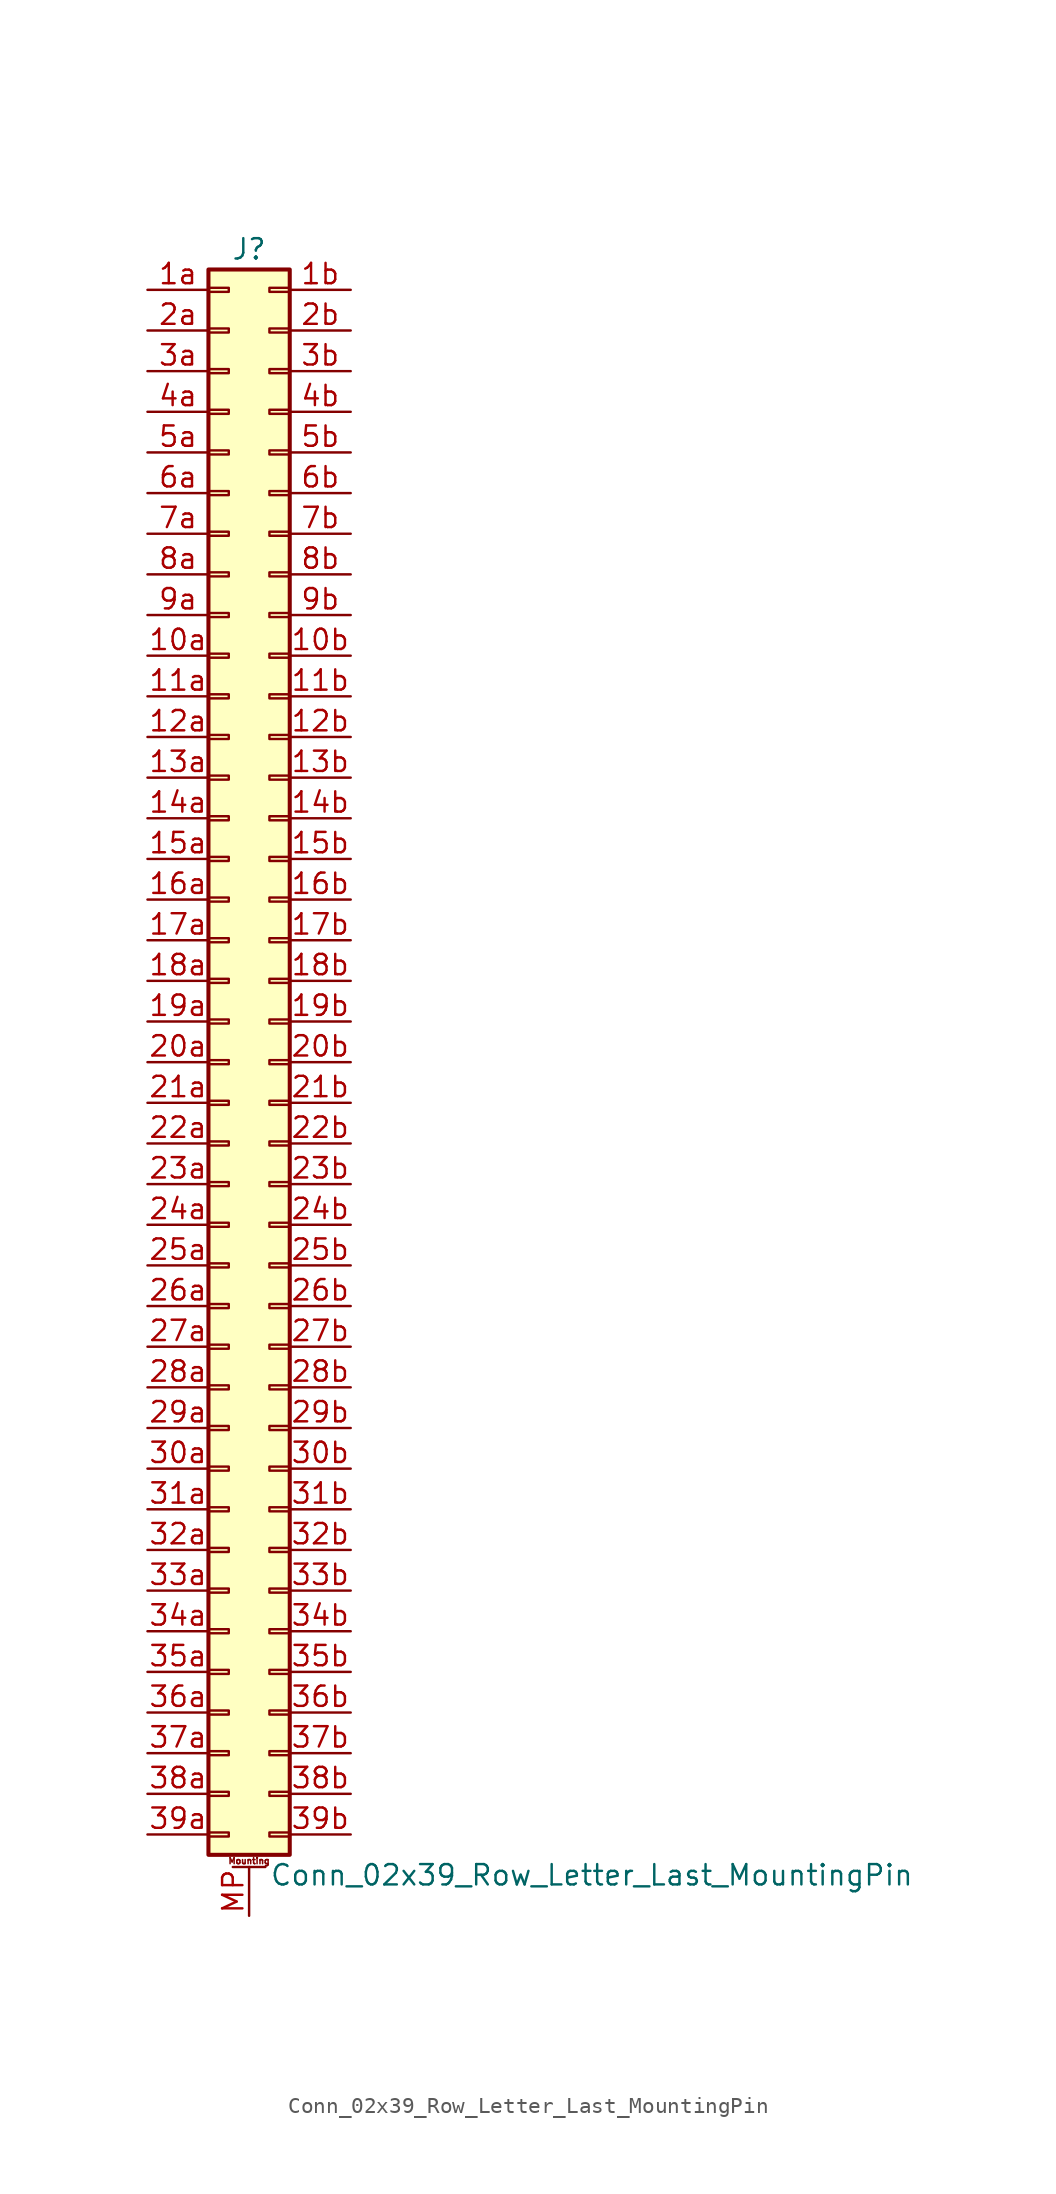
<source format=kicad_sym>
(kicad_symbol_lib
  (version 20220914)
  (generator kicad_symbol_editor)
  (symbol "Conn_02x39_Row_Letter_Last_MountingPin"
    (pin_names
      (offset 1.016) hide)
    (property "Reference" "J"
      (at 1.27 50.8 0)
      (effects (font (size 1.27 1.27))))
    (property "Value" "Conn_02x39_Row_Letter_Last_MountingPin"
      (at 2.54 -50.8 0)
      (effects (font (size 1.27 1.27)) (justify left)))
    (symbol "Conn_02x39_Row_Letter_Last_MountingPin_1_1"
      (rectangle (start -1.27 -48.133) (end 0 -48.387) (stroke (width 0.152) (type default)) (fill (type none)))
      (rectangle (start -1.27 -45.593) (end 0 -45.847) (stroke (width 0.152) (type default)) (fill (type none)))
      (rectangle (start -1.27 -43.053) (end 0 -43.307) (stroke (width 0.152) (type default)) (fill (type none)))
      (rectangle (start -1.27 -40.513) (end 0 -40.767) (stroke (width 0.152) (type default)) (fill (type none)))
      (rectangle (start -1.27 -37.973) (end 0 -38.227) (stroke (width 0.152) (type default)) (fill (type none)))
      (rectangle (start -1.27 -35.433) (end 0 -35.687) (stroke (width 0.152) (type default)) (fill (type none)))
      (rectangle (start -1.27 -32.893) (end 0 -33.147) (stroke (width 0.152) (type default)) (fill (type none)))
      (rectangle (start -1.27 -30.353) (end 0 -30.607) (stroke (width 0.152) (type default)) (fill (type none)))
      (rectangle (start -1.27 -27.813) (end 0 -28.067) (stroke (width 0.152) (type default)) (fill (type none)))
      (rectangle (start -1.27 -25.273) (end 0 -25.527) (stroke (width 0.152) (type default)) (fill (type none)))
      (rectangle (start -1.27 -22.733) (end 0 -22.987) (stroke (width 0.152) (type default)) (fill (type none)))
      (rectangle (start -1.27 -20.193) (end 0 -20.447) (stroke (width 0.152) (type default)) (fill (type none)))
      (rectangle (start -1.27 -17.653) (end 0 -17.907) (stroke (width 0.152) (type default)) (fill (type none)))
      (rectangle (start -1.27 -15.113) (end 0 -15.367) (stroke (width 0.152) (type default)) (fill (type none)))
      (rectangle (start -1.27 -12.573) (end 0 -12.827) (stroke (width 0.152) (type default)) (fill (type none)))
      (rectangle (start -1.27 -10.033) (end 0 -10.287) (stroke (width 0.152) (type default)) (fill (type none)))
      (rectangle (start -1.27 -7.493) (end 0 -7.747) (stroke (width 0.152) (type default)) (fill (type none)))
      (rectangle (start -1.27 -4.953) (end 0 -5.207) (stroke (width 0.152) (type default)) (fill (type none)))
      (rectangle (start -1.27 -2.413) (end 0 -2.667) (stroke (width 0.152) (type default)) (fill (type none)))
      (rectangle (start -1.27 0.127) (end 0 -0.127) (stroke (width 0.152) (type default)) (fill (type none)))
      (rectangle (start -1.27 2.667) (end 0 2.413) (stroke (width 0.152) (type default)) (fill (type none)))
      (rectangle (start -1.27 5.207) (end 0 4.953) (stroke (width 0.152) (type default)) (fill (type none)))
      (rectangle (start -1.27 7.747) (end 0 7.493) (stroke (width 0.152) (type default)) (fill (type none)))
      (rectangle (start -1.27 10.287) (end 0 10.033) (stroke (width 0.152) (type default)) (fill (type none)))
      (rectangle (start -1.27 12.827) (end 0 12.573) (stroke (width 0.152) (type default)) (fill (type none)))
      (rectangle (start -1.27 15.367) (end 0 15.113) (stroke (width 0.152) (type default)) (fill (type none)))
      (rectangle (start -1.27 17.907) (end 0 17.653) (stroke (width 0.152) (type default)) (fill (type none)))
      (rectangle (start -1.27 20.447) (end 0 20.193) (stroke (width 0.152) (type default)) (fill (type none)))
      (rectangle (start -1.27 22.987) (end 0 22.733) (stroke (width 0.152) (type default)) (fill (type none)))
      (rectangle (start -1.27 25.527) (end 0 25.273) (stroke (width 0.152) (type default)) (fill (type none)))
      (rectangle (start -1.27 28.067) (end 0 27.813) (stroke (width 0.152) (type default)) (fill (type none)))
      (rectangle (start -1.27 30.607) (end 0 30.353) (stroke (width 0.152) (type default)) (fill (type none)))
      (rectangle (start -1.27 33.147) (end 0 32.893) (stroke (width 0.152) (type default)) (fill (type none)))
      (rectangle (start -1.27 35.687) (end 0 35.433) (stroke (width 0.152) (type default)) (fill (type none)))
      (rectangle (start -1.27 38.227) (end 0 37.973) (stroke (width 0.152) (type default)) (fill (type none)))
      (rectangle (start -1.27 40.767) (end 0 40.513) (stroke (width 0.152) (type default)) (fill (type none)))
      (rectangle (start -1.27 43.307) (end 0 43.053) (stroke (width 0.152) (type default)) (fill (type none)))
      (rectangle (start -1.27 45.847) (end 0 45.593) (stroke (width 0.152) (type default)) (fill (type none)))
      (rectangle (start -1.27 48.387) (end 0 48.133) (stroke (width 0.152) (type default)) (fill (type none)))
      (rectangle (start -1.27 49.53) (end 3.81 -49.53) (stroke (width 0.254) (type default)) (fill (type background)))
      (polyline (pts (xy 0.254 -50.292) (xy 2.286 -50.292)) (stroke (width 0.152) (type default)) (fill (type none)))
      (rectangle (start 3.81 -48.133) (end 2.54 -48.387) (stroke (width 0.152) (type default)) (fill (type none)))
      (rectangle (start 3.81 -45.593) (end 2.54 -45.847) (stroke (width 0.152) (type default)) (fill (type none)))
      (rectangle (start 3.81 -43.053) (end 2.54 -43.307) (stroke (width 0.152) (type default)) (fill (type none)))
      (rectangle (start 3.81 -40.513) (end 2.54 -40.767) (stroke (width 0.152) (type default)) (fill (type none)))
      (rectangle (start 3.81 -37.973) (end 2.54 -38.227) (stroke (width 0.152) (type default)) (fill (type none)))
      (rectangle (start 3.81 -35.433) (end 2.54 -35.687) (stroke (width 0.152) (type default)) (fill (type none)))
      (rectangle (start 3.81 -32.893) (end 2.54 -33.147) (stroke (width 0.152) (type default)) (fill (type none)))
      (rectangle (start 3.81 -30.353) (end 2.54 -30.607) (stroke (width 0.152) (type default)) (fill (type none)))
      (rectangle (start 3.81 -27.813) (end 2.54 -28.067) (stroke (width 0.152) (type default)) (fill (type none)))
      (rectangle (start 3.81 -25.273) (end 2.54 -25.527) (stroke (width 0.152) (type default)) (fill (type none)))
      (rectangle (start 3.81 -22.733) (end 2.54 -22.987) (stroke (width 0.152) (type default)) (fill (type none)))
      (rectangle (start 3.81 -20.193) (end 2.54 -20.447) (stroke (width 0.152) (type default)) (fill (type none)))
      (rectangle (start 3.81 -17.653) (end 2.54 -17.907) (stroke (width 0.152) (type default)) (fill (type none)))
      (rectangle (start 3.81 -15.113) (end 2.54 -15.367) (stroke (width 0.152) (type default)) (fill (type none)))
      (rectangle (start 3.81 -12.573) (end 2.54 -12.827) (stroke (width 0.152) (type default)) (fill (type none)))
      (rectangle (start 3.81 -10.033) (end 2.54 -10.287) (stroke (width 0.152) (type default)) (fill (type none)))
      (rectangle (start 3.81 -7.493) (end 2.54 -7.747) (stroke (width 0.152) (type default)) (fill (type none)))
      (rectangle (start 3.81 -4.953) (end 2.54 -5.207) (stroke (width 0.152) (type default)) (fill (type none)))
      (rectangle (start 3.81 -2.413) (end 2.54 -2.667) (stroke (width 0.152) (type default)) (fill (type none)))
      (rectangle (start 3.81 0.127) (end 2.54 -0.127) (stroke (width 0.152) (type default)) (fill (type none)))
      (rectangle (start 3.81 2.667) (end 2.54 2.413) (stroke (width 0.152) (type default)) (fill (type none)))
      (rectangle (start 3.81 5.207) (end 2.54 4.953) (stroke (width 0.152) (type default)) (fill (type none)))
      (rectangle (start 3.81 7.747) (end 2.54 7.493) (stroke (width 0.152) (type default)) (fill (type none)))
      (rectangle (start 3.81 10.287) (end 2.54 10.033) (stroke (width 0.152) (type default)) (fill (type none)))
      (rectangle (start 3.81 12.827) (end 2.54 12.573) (stroke (width 0.152) (type default)) (fill (type none)))
      (rectangle (start 3.81 15.367) (end 2.54 15.113) (stroke (width 0.152) (type default)) (fill (type none)))
      (rectangle (start 3.81 17.907) (end 2.54 17.653) (stroke (width 0.152) (type default)) (fill (type none)))
      (rectangle (start 3.81 20.447) (end 2.54 20.193) (stroke (width 0.152) (type default)) (fill (type none)))
      (rectangle (start 3.81 22.987) (end 2.54 22.733) (stroke (width 0.152) (type default)) (fill (type none)))
      (rectangle (start 3.81 25.527) (end 2.54 25.273) (stroke (width 0.152) (type default)) (fill (type none)))
      (rectangle (start 3.81 28.067) (end 2.54 27.813) (stroke (width 0.152) (type default)) (fill (type none)))
      (rectangle (start 3.81 30.607) (end 2.54 30.353) (stroke (width 0.152) (type default)) (fill (type none)))
      (rectangle (start 3.81 33.147) (end 2.54 32.893) (stroke (width 0.152) (type default)) (fill (type none)))
      (rectangle (start 3.81 35.687) (end 2.54 35.433) (stroke (width 0.152) (type default)) (fill (type none)))
      (rectangle (start 3.81 38.227) (end 2.54 37.973) (stroke (width 0.152) (type default)) (fill (type none)))
      (rectangle (start 3.81 40.767) (end 2.54 40.513) (stroke (width 0.152) (type default)) (fill (type none)))
      (rectangle (start 3.81 43.307) (end 2.54 43.053) (stroke (width 0.152) (type default)) (fill (type none)))
      (rectangle (start 3.81 45.847) (end 2.54 45.593) (stroke (width 0.152) (type default)) (fill (type none)))
      (rectangle (start 3.81 48.387) (end 2.54 48.133) (stroke (width 0.152) (type default)) (fill (type none)))
      (text "Mounting" (at 1.27 -49.911 0) (effects (font (size 0.381 0.381))))
      (pin passive line (at -5.08 25.4 0) (length 3.81) (name "Pin_10a" (effects (font (size 1.27 1.27)))) (number "10a" (effects (font (size 1.27 1.27)))))
      (pin passive line (at 7.62 25.4 180) (length 3.81) (name "Pin_10b" (effects (font (size 1.27 1.27)))) (number "10b" (effects (font (size 1.27 1.27)))))
      (pin passive line (at -5.08 22.86 0) (length 3.81) (name "Pin_11a" (effects (font (size 1.27 1.27)))) (number "11a" (effects (font (size 1.27 1.27)))))
      (pin passive line (at 7.62 22.86 180) (length 3.81) (name "Pin_11b" (effects (font (size 1.27 1.27)))) (number "11b" (effects (font (size 1.27 1.27)))))
      (pin passive line (at -5.08 20.32 0) (length 3.81) (name "Pin_12a" (effects (font (size 1.27 1.27)))) (number "12a" (effects (font (size 1.27 1.27)))))
      (pin passive line (at 7.62 20.32 180) (length 3.81) (name "Pin_12b" (effects (font (size 1.27 1.27)))) (number "12b" (effects (font (size 1.27 1.27)))))
      (pin passive line (at -5.08 17.78 0) (length 3.81) (name "Pin_13a" (effects (font (size 1.27 1.27)))) (number "13a" (effects (font (size 1.27 1.27)))))
      (pin passive line (at 7.62 17.78 180) (length 3.81) (name "Pin_13b" (effects (font (size 1.27 1.27)))) (number "13b" (effects (font (size 1.27 1.27)))))
      (pin passive line (at -5.08 15.24 0) (length 3.81) (name "Pin_14a" (effects (font (size 1.27 1.27)))) (number "14a" (effects (font (size 1.27 1.27)))))
      (pin passive line (at 7.62 15.24 180) (length 3.81) (name "Pin_14b" (effects (font (size 1.27 1.27)))) (number "14b" (effects (font (size 1.27 1.27)))))
      (pin passive line (at -5.08 12.7 0) (length 3.81) (name "Pin_15a" (effects (font (size 1.27 1.27)))) (number "15a" (effects (font (size 1.27 1.27)))))
      (pin passive line (at 7.62 12.7 180) (length 3.81) (name "Pin_15b" (effects (font (size 1.27 1.27)))) (number "15b" (effects (font (size 1.27 1.27)))))
      (pin passive line (at -5.08 10.16 0) (length 3.81) (name "Pin_16a" (effects (font (size 1.27 1.27)))) (number "16a" (effects (font (size 1.27 1.27)))))
      (pin passive line (at 7.62 10.16 180) (length 3.81) (name "Pin_16b" (effects (font (size 1.27 1.27)))) (number "16b" (effects (font (size 1.27 1.27)))))
      (pin passive line (at -5.08 7.62 0) (length 3.81) (name "Pin_17a" (effects (font (size 1.27 1.27)))) (number "17a" (effects (font (size 1.27 1.27)))))
      (pin passive line (at 7.62 7.62 180) (length 3.81) (name "Pin_17b" (effects (font (size 1.27 1.27)))) (number "17b" (effects (font (size 1.27 1.27)))))
      (pin passive line (at -5.08 5.08 0) (length 3.81) (name "Pin_18a" (effects (font (size 1.27 1.27)))) (number "18a" (effects (font (size 1.27 1.27)))))
      (pin passive line (at 7.62 5.08 180) (length 3.81) (name "Pin_18b" (effects (font (size 1.27 1.27)))) (number "18b" (effects (font (size 1.27 1.27)))))
      (pin passive line (at -5.08 2.54 0) (length 3.81) (name "Pin_19a" (effects (font (size 1.27 1.27)))) (number "19a" (effects (font (size 1.27 1.27)))))
      (pin passive line (at 7.62 2.54 180) (length 3.81) (name "Pin_19b" (effects (font (size 1.27 1.27)))) (number "19b" (effects (font (size 1.27 1.27)))))
      (pin passive line (at -5.08 48.26 0) (length 3.81) (name "Pin_1a" (effects (font (size 1.27 1.27)))) (number "1a" (effects (font (size 1.27 1.27)))))
      (pin passive line (at 7.62 48.26 180) (length 3.81) (name "Pin_1b" (effects (font (size 1.27 1.27)))) (number "1b" (effects (font (size 1.27 1.27)))))
      (pin passive line (at -5.08 0 0) (length 3.81) (name "Pin_20a" (effects (font (size 1.27 1.27)))) (number "20a" (effects (font (size 1.27 1.27)))))
      (pin passive line (at 7.62 0 180) (length 3.81) (name "Pin_20b" (effects (font (size 1.27 1.27)))) (number "20b" (effects (font (size 1.27 1.27)))))
      (pin passive line (at -5.08 -2.54 0) (length 3.81) (name "Pin_21a" (effects (font (size 1.27 1.27)))) (number "21a" (effects (font (size 1.27 1.27)))))
      (pin passive line (at 7.62 -2.54 180) (length 3.81) (name "Pin_21b" (effects (font (size 1.27 1.27)))) (number "21b" (effects (font (size 1.27 1.27)))))
      (pin passive line (at -5.08 -5.08 0) (length 3.81) (name "Pin_22a" (effects (font (size 1.27 1.27)))) (number "22a" (effects (font (size 1.27 1.27)))))
      (pin passive line (at 7.62 -5.08 180) (length 3.81) (name "Pin_22b" (effects (font (size 1.27 1.27)))) (number "22b" (effects (font (size 1.27 1.27)))))
      (pin passive line (at -5.08 -7.62 0) (length 3.81) (name "Pin_23a" (effects (font (size 1.27 1.27)))) (number "23a" (effects (font (size 1.27 1.27)))))
      (pin passive line (at 7.62 -7.62 180) (length 3.81) (name "Pin_23b" (effects (font (size 1.27 1.27)))) (number "23b" (effects (font (size 1.27 1.27)))))
      (pin passive line (at -5.08 -10.16 0) (length 3.81) (name "Pin_24a" (effects (font (size 1.27 1.27)))) (number "24a" (effects (font (size 1.27 1.27)))))
      (pin passive line (at 7.62 -10.16 180) (length 3.81) (name "Pin_24b" (effects (font (size 1.27 1.27)))) (number "24b" (effects (font (size 1.27 1.27)))))
      (pin passive line (at -5.08 -12.7 0) (length 3.81) (name "Pin_25a" (effects (font (size 1.27 1.27)))) (number "25a" (effects (font (size 1.27 1.27)))))
      (pin passive line (at 7.62 -12.7 180) (length 3.81) (name "Pin_25b" (effects (font (size 1.27 1.27)))) (number "25b" (effects (font (size 1.27 1.27)))))
      (pin passive line (at -5.08 -15.24 0) (length 3.81) (name "Pin_26a" (effects (font (size 1.27 1.27)))) (number "26a" (effects (font (size 1.27 1.27)))))
      (pin passive line (at 7.62 -15.24 180) (length 3.81) (name "Pin_26b" (effects (font (size 1.27 1.27)))) (number "26b" (effects (font (size 1.27 1.27)))))
      (pin passive line (at -5.08 -17.78 0) (length 3.81) (name "Pin_27a" (effects (font (size 1.27 1.27)))) (number "27a" (effects (font (size 1.27 1.27)))))
      (pin passive line (at 7.62 -17.78 180) (length 3.81) (name "Pin_27b" (effects (font (size 1.27 1.27)))) (number "27b" (effects (font (size 1.27 1.27)))))
      (pin passive line (at -5.08 -20.32 0) (length 3.81) (name "Pin_28a" (effects (font (size 1.27 1.27)))) (number "28a" (effects (font (size 1.27 1.27)))))
      (pin passive line (at 7.62 -20.32 180) (length 3.81) (name "Pin_28b" (effects (font (size 1.27 1.27)))) (number "28b" (effects (font (size 1.27 1.27)))))
      (pin passive line (at -5.08 -22.86 0) (length 3.81) (name "Pin_29a" (effects (font (size 1.27 1.27)))) (number "29a" (effects (font (size 1.27 1.27)))))
      (pin passive line (at 7.62 -22.86 180) (length 3.81) (name "Pin_29b" (effects (font (size 1.27 1.27)))) (number "29b" (effects (font (size 1.27 1.27)))))
      (pin passive line (at -5.08 45.72 0) (length 3.81) (name "Pin_2a" (effects (font (size 1.27 1.27)))) (number "2a" (effects (font (size 1.27 1.27)))))
      (pin passive line (at 7.62 45.72 180) (length 3.81) (name "Pin_2b" (effects (font (size 1.27 1.27)))) (number "2b" (effects (font (size 1.27 1.27)))))
      (pin passive line (at -5.08 -25.4 0) (length 3.81) (name "Pin_30a" (effects (font (size 1.27 1.27)))) (number "30a" (effects (font (size 1.27 1.27)))))
      (pin passive line (at 7.62 -25.4 180) (length 3.81) (name "Pin_30b" (effects (font (size 1.27 1.27)))) (number "30b" (effects (font (size 1.27 1.27)))))
      (pin passive line (at -5.08 -27.94 0) (length 3.81) (name "Pin_31a" (effects (font (size 1.27 1.27)))) (number "31a" (effects (font (size 1.27 1.27)))))
      (pin passive line (at 7.62 -27.94 180) (length 3.81) (name "Pin_31b" (effects (font (size 1.27 1.27)))) (number "31b" (effects (font (size 1.27 1.27)))))
      (pin passive line (at -5.08 -30.48 0) (length 3.81) (name "Pin_32a" (effects (font (size 1.27 1.27)))) (number "32a" (effects (font (size 1.27 1.27)))))
      (pin passive line (at 7.62 -30.48 180) (length 3.81) (name "Pin_32b" (effects (font (size 1.27 1.27)))) (number "32b" (effects (font (size 1.27 1.27)))))
      (pin passive line (at -5.08 -33.02 0) (length 3.81) (name "Pin_33a" (effects (font (size 1.27 1.27)))) (number "33a" (effects (font (size 1.27 1.27)))))
      (pin passive line (at 7.62 -33.02 180) (length 3.81) (name "Pin_33b" (effects (font (size 1.27 1.27)))) (number "33b" (effects (font (size 1.27 1.27)))))
      (pin passive line (at -5.08 -35.56 0) (length 3.81) (name "Pin_34a" (effects (font (size 1.27 1.27)))) (number "34a" (effects (font (size 1.27 1.27)))))
      (pin passive line (at 7.62 -35.56 180) (length 3.81) (name "Pin_34b" (effects (font (size 1.27 1.27)))) (number "34b" (effects (font (size 1.27 1.27)))))
      (pin passive line (at -5.08 -38.1 0) (length 3.81) (name "Pin_35a" (effects (font (size 1.27 1.27)))) (number "35a" (effects (font (size 1.27 1.27)))))
      (pin passive line (at 7.62 -38.1 180) (length 3.81) (name "Pin_35b" (effects (font (size 1.27 1.27)))) (number "35b" (effects (font (size 1.27 1.27)))))
      (pin passive line (at -5.08 -40.64 0) (length 3.81) (name "Pin_36a" (effects (font (size 1.27 1.27)))) (number "36a" (effects (font (size 1.27 1.27)))))
      (pin passive line (at 7.62 -40.64 180) (length 3.81) (name "Pin_36b" (effects (font (size 1.27 1.27)))) (number "36b" (effects (font (size 1.27 1.27)))))
      (pin passive line (at -5.08 -43.18 0) (length 3.81) (name "Pin_37a" (effects (font (size 1.27 1.27)))) (number "37a" (effects (font (size 1.27 1.27)))))
      (pin passive line (at 7.62 -43.18 180) (length 3.81) (name "Pin_37b" (effects (font (size 1.27 1.27)))) (number "37b" (effects (font (size 1.27 1.27)))))
      (pin passive line (at -5.08 -45.72 0) (length 3.81) (name "Pin_38a" (effects (font (size 1.27 1.27)))) (number "38a" (effects (font (size 1.27 1.27)))))
      (pin passive line (at 7.62 -45.72 180) (length 3.81) (name "Pin_38b" (effects (font (size 1.27 1.27)))) (number "38b" (effects (font (size 1.27 1.27)))))
      (pin passive line (at -5.08 -48.26 0) (length 3.81) (name "Pin_39a" (effects (font (size 1.27 1.27)))) (number "39a" (effects (font (size 1.27 1.27)))))
      (pin passive line (at 7.62 -48.26 180) (length 3.81) (name "Pin_39b" (effects (font (size 1.27 1.27)))) (number "39b" (effects (font (size 1.27 1.27)))))
      (pin passive line (at -5.08 43.18 0) (length 3.81) (name "Pin_3a" (effects (font (size 1.27 1.27)))) (number "3a" (effects (font (size 1.27 1.27)))))
      (pin passive line (at 7.62 43.18 180) (length 3.81) (name "Pin_3b" (effects (font (size 1.27 1.27)))) (number "3b" (effects (font (size 1.27 1.27)))))
      (pin passive line (at -5.08 40.64 0) (length 3.81) (name "Pin_4a" (effects (font (size 1.27 1.27)))) (number "4a" (effects (font (size 1.27 1.27)))))
      (pin passive line (at 7.62 40.64 180) (length 3.81) (name "Pin_4b" (effects (font (size 1.27 1.27)))) (number "4b" (effects (font (size 1.27 1.27)))))
      (pin passive line (at -5.08 38.1 0) (length 3.81) (name "Pin_5a" (effects (font (size 1.27 1.27)))) (number "5a" (effects (font (size 1.27 1.27)))))
      (pin passive line (at 7.62 38.1 180) (length 3.81) (name "Pin_5b" (effects (font (size 1.27 1.27)))) (number "5b" (effects (font (size 1.27 1.27)))))
      (pin passive line (at -5.08 35.56 0) (length 3.81) (name "Pin_6a" (effects (font (size 1.27 1.27)))) (number "6a" (effects (font (size 1.27 1.27)))))
      (pin passive line (at 7.62 35.56 180) (length 3.81) (name "Pin_6b" (effects (font (size 1.27 1.27)))) (number "6b" (effects (font (size 1.27 1.27)))))
      (pin passive line (at -5.08 33.02 0) (length 3.81) (name "Pin_7a" (effects (font (size 1.27 1.27)))) (number "7a" (effects (font (size 1.27 1.27)))))
      (pin passive line (at 7.62 33.02 180) (length 3.81) (name "Pin_7b" (effects (font (size 1.27 1.27)))) (number "7b" (effects (font (size 1.27 1.27)))))
      (pin passive line (at -5.08 30.48 0) (length 3.81) (name "Pin_8a" (effects (font (size 1.27 1.27)))) (number "8a" (effects (font (size 1.27 1.27)))))
      (pin passive line (at 7.62 30.48 180) (length 3.81) (name "Pin_8b" (effects (font (size 1.27 1.27)))) (number "8b" (effects (font (size 1.27 1.27)))))
      (pin passive line (at -5.08 27.94 0) (length 3.81) (name "Pin_9a" (effects (font (size 1.27 1.27)))) (number "9a" (effects (font (size 1.27 1.27)))))
      (pin passive line (at 7.62 27.94 180) (length 3.81) (name "Pin_9b" (effects (font (size 1.27 1.27)))) (number "9b" (effects (font (size 1.27 1.27)))))
      (pin passive line (at 1.27 -53.34 90) (length 3.048) (name "MountPin" (effects (font (size 1.27 1.27)))) (number "MP" (effects (font (size 1.27 1.27))))))))
</source>
